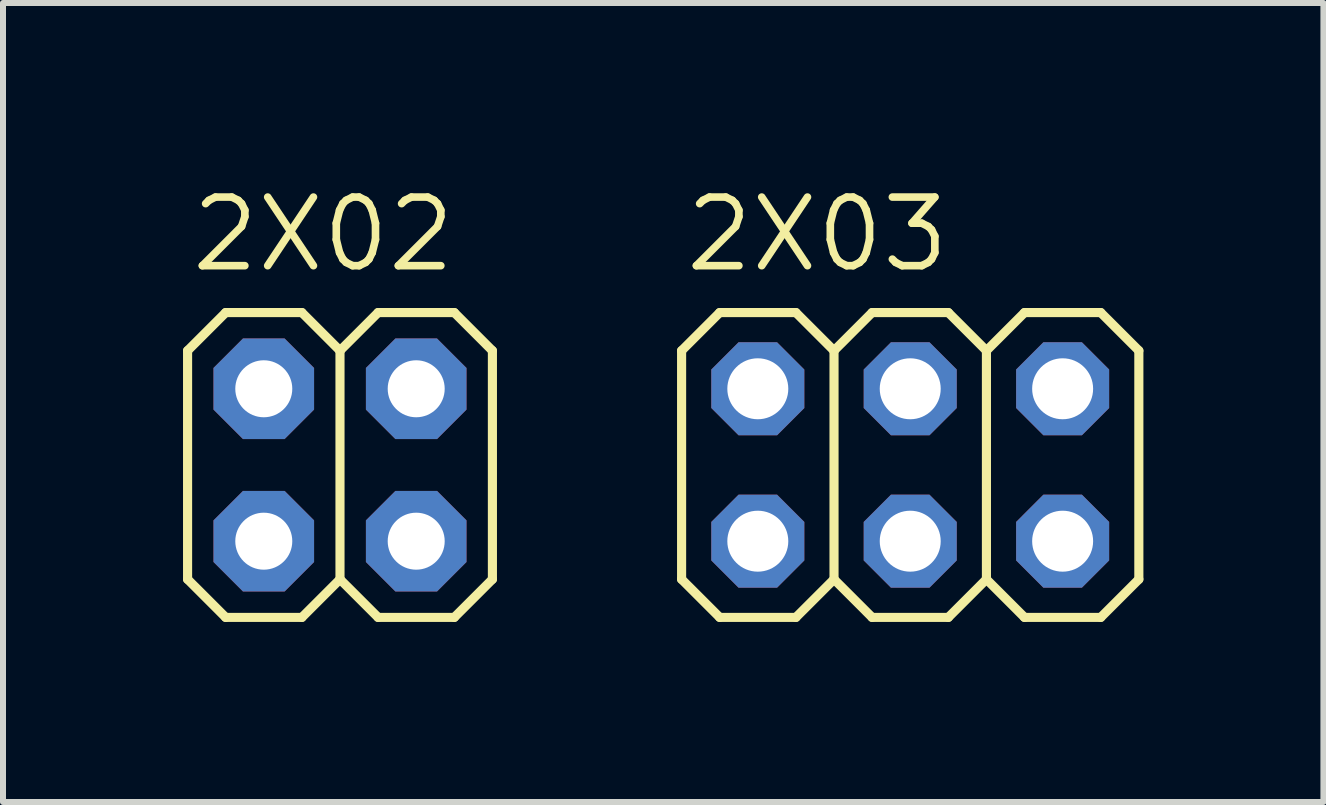
<source format=kicad_pcb>
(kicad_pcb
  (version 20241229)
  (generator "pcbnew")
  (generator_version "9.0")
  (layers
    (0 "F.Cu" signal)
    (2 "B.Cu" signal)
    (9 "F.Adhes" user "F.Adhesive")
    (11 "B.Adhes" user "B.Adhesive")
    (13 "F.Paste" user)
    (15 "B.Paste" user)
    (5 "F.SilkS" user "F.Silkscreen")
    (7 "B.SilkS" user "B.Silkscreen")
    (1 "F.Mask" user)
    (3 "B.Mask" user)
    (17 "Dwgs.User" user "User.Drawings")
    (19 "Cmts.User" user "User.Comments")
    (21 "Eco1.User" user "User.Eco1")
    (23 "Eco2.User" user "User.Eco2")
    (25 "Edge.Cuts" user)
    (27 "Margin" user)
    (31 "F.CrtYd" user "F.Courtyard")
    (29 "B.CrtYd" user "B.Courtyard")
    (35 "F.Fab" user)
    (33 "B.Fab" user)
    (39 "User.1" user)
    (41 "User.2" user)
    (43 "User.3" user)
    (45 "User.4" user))
  (footprint "2X02"
    (layer "F.Cu")
    (at 2.616 4.699)
    (property "Reference" "2X02" (at -2.54 -3.175 0) (unlocked yes) (layer "F.SilkS") (effects (font (size 1.143 1.143) (thickness 0.127)) (justify left bottom)))
    (fp_line (start -2.54 -1.905) (end -1.905 -2.54) (stroke (width 0.152) (type solid)) (layer "F.SilkS"))
    (fp_line (start -2.54 1.905) (end -2.54 -1.905) (stroke (width 0.152) (type solid)) (layer "F.SilkS"))
    (fp_line (start -2.54 1.905) (end -1.905 2.54) (stroke (width 0.152) (type solid)) (layer "F.SilkS"))
    (fp_line (start -1.905 -2.54) (end -0.635 -2.54) (stroke (width 0.152) (type solid)) (layer "F.SilkS"))
    (fp_line (start -1.905 2.54) (end -0.635 2.54) (stroke (width 0.152) (type solid)) (layer "F.SilkS"))
    (fp_line (start -0.635 -2.54) (end 0 -1.905) (stroke (width 0.152) (type solid)) (layer "F.SilkS"))
    (fp_line (start -0.635 2.54) (end 0 1.905) (stroke (width 0.152) (type solid)) (layer "F.SilkS"))
    (fp_line (start 0 -1.905) (end 0 1.905) (stroke (width 0.152) (type solid)) (layer "F.SilkS"))
    (fp_line (start 0 -1.905) (end 0.635 -2.54) (stroke (width 0.152) (type solid)) (layer "F.SilkS"))
    (fp_line (start 0 1.905) (end 0.635 2.54) (stroke (width 0.152) (type solid)) (layer "F.SilkS"))
    (fp_line (start 0.635 -2.54) (end 1.905 -2.54) (stroke (width 0.152) (type solid)) (layer "F.SilkS"))
    (fp_line (start 0.635 2.54) (end 1.905 2.54) (stroke (width 0.152) (type solid)) (layer "F.SilkS"))
    (fp_line (start 1.905 -2.54) (end 2.54 -1.905) (stroke (width 0.152) (type solid)) (layer "F.SilkS"))
    (fp_line (start 1.905 2.54) (end 2.54 1.905) (stroke (width 0.152) (type solid)) (layer "F.SilkS"))
    (fp_line (start 2.54 -1.905) (end 2.54 1.905) (stroke (width 0.152) (type solid)) (layer "F.SilkS"))
    (fp_poly (pts (xy -1.524 -1.016) (xy -1.016 -1.016) (xy -1.016 -1.524) (xy -1.524 -1.524)) (stroke (width 0.1) (type default)) (fill no) (layer "F.Fab"))
    (fp_poly (pts (xy -1.524 1.524) (xy -1.016 1.524) (xy -1.016 1.016) (xy -1.524 1.016)) (stroke (width 0.1) (type default)) (fill no) (layer "F.Fab"))
    (fp_poly (pts (xy 1.016 -1.016) (xy 1.524 -1.016) (xy 1.524 -1.524) (xy 1.016 -1.524)) (stroke (width 0.1) (type default)) (fill no) (layer "F.Fab"))
    (fp_poly (pts (xy 1.016 1.524) (xy 1.524 1.524) (xy 1.524 1.016) (xy 1.016 1.016)) (stroke (width 0.1) (type default)) (fill no) (layer "F.Fab"))
    (pad "1" thru_hole roundrect (at -1.27 1.27) (size 1.676 1.676) (drill 0.95) (layers "*.Cu" "*.Mask") (roundrect_rratio 0.25) (chamfer_ratio 0.293) (chamfer top_left top_right bottom_left bottom_right))
    (pad "2" thru_hole roundrect (at -1.27 -1.27) (size 1.676 1.676) (drill 0.95) (layers "*.Cu" "*.Mask") (roundrect_rratio 0.25) (chamfer_ratio 0.293) (chamfer top_left top_right bottom_left bottom_right))
    (pad "3" thru_hole roundrect (at 1.27 1.27) (size 1.676 1.676) (drill 0.95) (layers "*.Cu" "*.Mask") (roundrect_rratio 0.25) (chamfer_ratio 0.293) (chamfer top_left top_right bottom_left bottom_right))
    (pad "4" thru_hole roundrect (at 1.27 -1.27) (size 1.676 1.676) (drill 0.95) (layers "*.Cu" "*.Mask") (roundrect_rratio 0.25) (chamfer_ratio 0.293) (chamfer top_left top_right bottom_left bottom_right)))
  (footprint "2X03"
    (layer "F.Cu")
    (at 12.119 4.699)
    (property "Reference" "2X03" (at -3.81 -3.175 0) (unlocked yes) (layer "F.SilkS") (effects (font (size 1.143 1.143) (thickness 0.127)) (justify left bottom)))
    (fp_line (start -3.81 -1.905) (end -3.175 -2.54) (stroke (width 0.152) (type solid)) (layer "F.SilkS"))
    (fp_line (start -3.81 1.905) (end -3.81 -1.905) (stroke (width 0.152) (type solid)) (layer "F.SilkS"))
    (fp_line (start -3.81 1.905) (end -3.175 2.54) (stroke (width 0.152) (type solid)) (layer "F.SilkS"))
    (fp_line (start -3.175 -2.54) (end -1.905 -2.54) (stroke (width 0.152) (type solid)) (layer "F.SilkS"))
    (fp_line (start -3.175 2.54) (end -1.905 2.54) (stroke (width 0.152) (type solid)) (layer "F.SilkS"))
    (fp_line (start -1.905 -2.54) (end -1.27 -1.905) (stroke (width 0.152) (type solid)) (layer "F.SilkS"))
    (fp_line (start -1.905 2.54) (end -1.27 1.905) (stroke (width 0.152) (type solid)) (layer "F.SilkS"))
    (fp_line (start -1.27 -1.905) (end -1.27 1.905) (stroke (width 0.152) (type solid)) (layer "F.SilkS"))
    (fp_line (start -1.27 -1.905) (end -0.635 -2.54) (stroke (width 0.152) (type solid)) (layer "F.SilkS"))
    (fp_line (start -1.27 1.905) (end -0.635 2.54) (stroke (width 0.152) (type solid)) (layer "F.SilkS"))
    (fp_line (start -0.635 -2.54) (end 0.635 -2.54) (stroke (width 0.152) (type solid)) (layer "F.SilkS"))
    (fp_line (start -0.635 2.54) (end 0.635 2.54) (stroke (width 0.152) (type solid)) (layer "F.SilkS"))
    (fp_line (start 0.635 -2.54) (end 1.27 -1.905) (stroke (width 0.152) (type solid)) (layer "F.SilkS"))
    (fp_line (start 0.635 2.54) (end 1.27 1.905) (stroke (width 0.152) (type solid)) (layer "F.SilkS"))
    (fp_line (start 1.27 -1.905) (end 1.27 1.905) (stroke (width 0.152) (type solid)) (layer "F.SilkS"))
    (fp_line (start 1.27 -1.905) (end 1.905 -2.54) (stroke (width 0.152) (type solid)) (layer "F.SilkS"))
    (fp_line (start 1.27 1.905) (end 1.905 2.54) (stroke (width 0.152) (type solid)) (layer "F.SilkS"))
    (fp_line (start 1.905 -2.54) (end 3.175 -2.54) (stroke (width 0.152) (type solid)) (layer "F.SilkS"))
    (fp_line (start 1.905 2.54) (end 3.175 2.54) (stroke (width 0.152) (type solid)) (layer "F.SilkS"))
    (fp_line (start 3.175 -2.54) (end 3.81 -1.905) (stroke (width 0.152) (type solid)) (layer "F.SilkS"))
    (fp_line (start 3.175 2.54) (end 3.81 1.905) (stroke (width 0.152) (type solid)) (layer "F.SilkS"))
    (fp_line (start 3.81 -1.905) (end 3.81 1.905) (stroke (width 0.152) (type solid)) (layer "F.SilkS"))
    (fp_poly (pts (xy -2.794 -1.016) (xy -2.286 -1.016) (xy -2.286 -1.524) (xy -2.794 -1.524)) (stroke (width 0.1) (type default)) (fill no) (layer "F.Fab"))
    (fp_poly (pts (xy -2.794 1.524) (xy -2.286 1.524) (xy -2.286 1.016) (xy -2.794 1.016)) (stroke (width 0.1) (type default)) (fill no) (layer "F.Fab"))
    (fp_poly (pts (xy -0.254 -1.016) (xy 0.254 -1.016) (xy 0.254 -1.524) (xy -0.254 -1.524)) (stroke (width 0.1) (type default)) (fill no) (layer "F.Fab"))
    (fp_poly (pts (xy -0.254 1.524) (xy 0.254 1.524) (xy 0.254 1.016) (xy -0.254 1.016)) (stroke (width 0.1) (type default)) (fill no) (layer "F.Fab"))
    (fp_poly (pts (xy 2.286 -1.016) (xy 2.794 -1.016) (xy 2.794 -1.524) (xy 2.286 -1.524)) (stroke (width 0.1) (type default)) (fill no) (layer "F.Fab"))
    (fp_poly (pts (xy 2.286 1.524) (xy 2.794 1.524) (xy 2.794 1.016) (xy 2.286 1.016)) (stroke (width 0.1) (type default)) (fill no) (layer "F.Fab"))
    (pad "1" thru_hole roundrect (at -2.54 1.27) (size 1.55 1.55) (drill 1.016) (layers "*.Cu" "*.Mask") (roundrect_rratio 0.25) (chamfer_ratio 0.293) (chamfer top_left top_right bottom_left bottom_right))
    (pad "2" thru_hole roundrect (at -2.54 -1.27) (size 1.55 1.55) (drill 1.016) (layers "*.Cu" "*.Mask") (roundrect_rratio 0.25) (chamfer_ratio 0.293) (chamfer top_left top_right bottom_left bottom_right))
    (pad "3" thru_hole roundrect (at 0 1.27) (size 1.55 1.55) (drill 1.016) (layers "*.Cu" "*.Mask") (roundrect_rratio 0.25) (chamfer_ratio 0.293) (chamfer top_left top_right bottom_left bottom_right))
    (pad "4" thru_hole roundrect (at 0 -1.27) (size 1.55 1.55) (drill 1.016) (layers "*.Cu" "*.Mask") (roundrect_rratio 0.25) (chamfer_ratio 0.293) (chamfer top_left top_right bottom_left bottom_right))
    (pad "5" thru_hole roundrect (at 2.54 1.27) (size 1.55 1.55) (drill 1.016) (layers "*.Cu" "*.Mask") (roundrect_rratio 0.25) (chamfer_ratio 0.293) (chamfer top_left top_right bottom_left bottom_right))
    (pad "6" thru_hole roundrect (at 2.54 -1.27) (size 1.55 1.55) (drill 1.016) (layers "*.Cu" "*.Mask") (roundrect_rratio 0.25) (chamfer_ratio 0.293) (chamfer top_left top_right bottom_left bottom_right)))
  (gr_rect
    (start -3 -3)
    (end 19.005 10.315)
    (stroke (width 0.1) (type default))
    (fill no)
    (layer "Edge.Cuts")))
</source>
